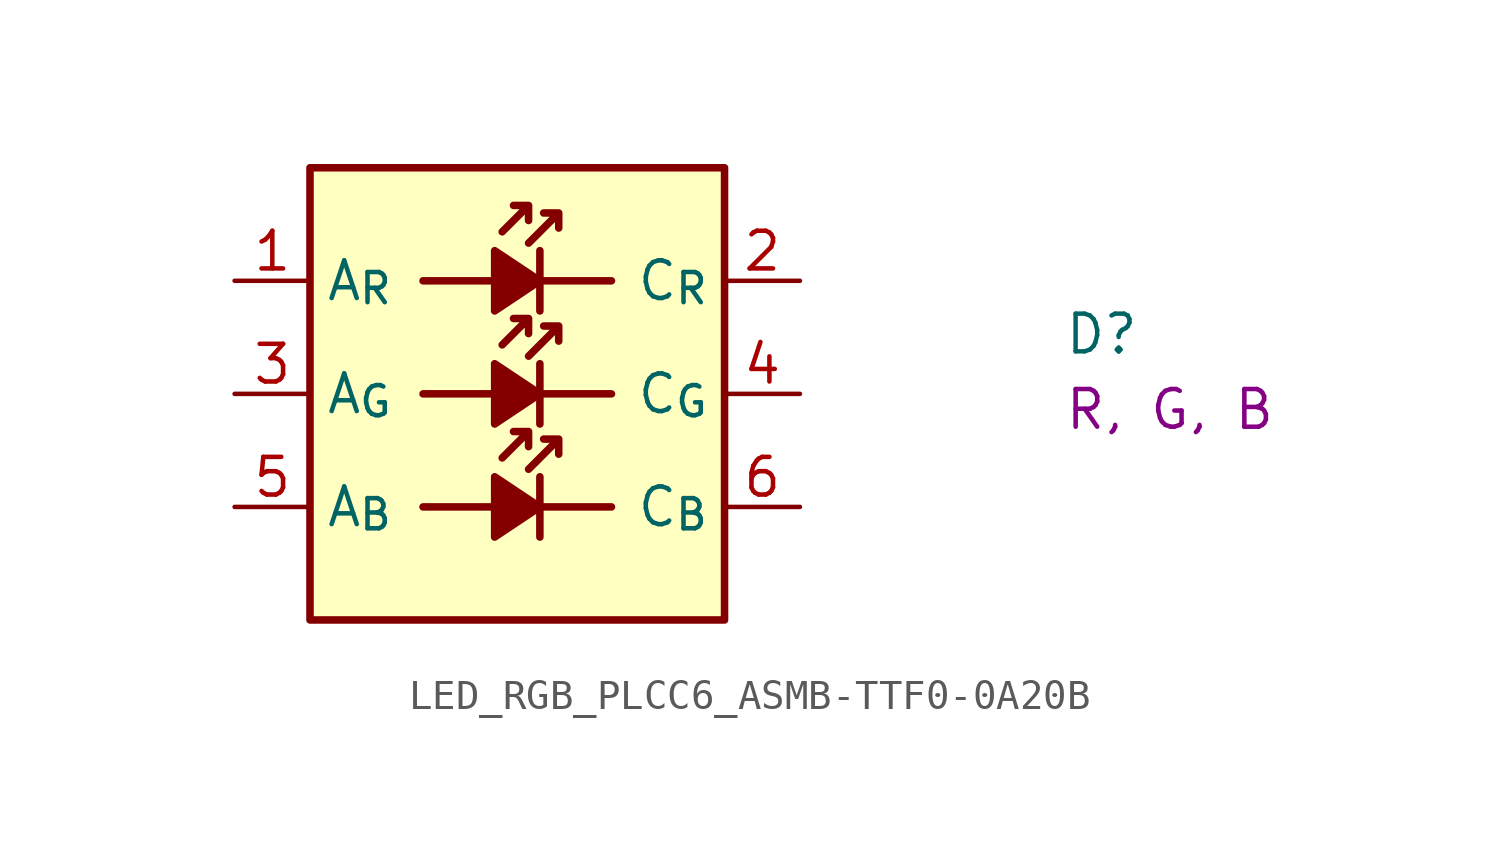
<source format=kicad_sym>
(kicad_symbol_lib
  (version 20220914)
  (generator kicad_symbol_editor)
  (symbol "LED_RGB_PLCC6_ASMB-TTF0-0A20B"
    (property "Reference" "D"
      (at 27.94 -2.54 0)
      (effects (font (size 1.27 1.27) (thickness 0.15)) (justify left bottom)))
    (property "Color" "R, G, B"
      (at 27.94 -5.08 0)
      (effects (font (size 1.27 1.27)) (justify left bottom)))
    (symbol "LED_RGB_PLCC6_ASMB-TTF0-0A20B_1_1"
      (polyline (pts (xy 8.89 -7.62) (xy 6.35 -7.62)) (stroke (width 0.254) (type default)) (fill (type none)))
      (polyline (pts (xy 8.89 -3.81) (xy 6.35 -3.81)) (stroke (width 0.254) (type default)) (fill (type none)))
      (polyline (pts (xy 8.89 0) (xy 6.35 0)) (stroke (width 0.254) (type default)) (fill (type none)))
      (polyline (pts (xy 10.287 -6.604) (xy 10.287 -8.636)) (stroke (width 0.254) (type default)) (fill (type none)))
      (polyline (pts (xy 10.287 -2.794) (xy 10.287 -4.826)) (stroke (width 0.254) (type default)) (fill (type none)))
      (polyline (pts (xy 10.287 1.016) (xy 10.287 -1.016)) (stroke (width 0.254) (type default)) (fill (type none)))
      (polyline (pts (xy 12.7 -7.62) (xy 10.16 -7.62)) (stroke (width 0.254) (type default)) (fill (type none)))
      (polyline (pts (xy 12.7 -3.81) (xy 10.16 -3.81)) (stroke (width 0.254) (type default)) (fill (type none)))
      (polyline (pts (xy 12.7 0) (xy 10.16 0)) (stroke (width 0.254) (type default)) (fill (type none)))
      (polyline (pts (xy 8.763 -6.604) (xy 8.763 -8.636) (xy 10.287 -7.62) (xy 8.763 -6.604)) (stroke (width 0.254) (type default)) (fill (type outline)))
      (polyline (pts (xy 8.763 -2.794) (xy 8.763 -4.826) (xy 10.287 -3.81) (xy 8.763 -2.794)) (stroke (width 0.254) (type default)) (fill (type outline)))
      (polyline (pts (xy 8.763 1.016) (xy 8.763 -1.016) (xy 10.287 0) (xy 8.763 1.016)) (stroke (width 0.254) (type default)) (fill (type outline)))
      (polyline (pts (xy 9.906 -5.08) (xy 9.906 -5.588) (xy 9.906 -5.08) (xy 9.398 -5.08) (xy 9.906 -5.08) (xy 9.017 -5.969)) (stroke (width 0.254) (type default)) (fill (type none)))
      (polyline (pts (xy 9.906 -1.27) (xy 9.906 -1.778) (xy 9.906 -1.27) (xy 9.398 -1.27) (xy 9.906 -1.27) (xy 9.017 -2.159)) (stroke (width 0.254) (type default)) (fill (type none)))
      (polyline (pts (xy 9.906 2.54) (xy 9.906 2.032) (xy 9.906 2.54) (xy 9.398 2.54) (xy 9.906 2.54) (xy 9.017 1.651)) (stroke (width 0.254) (type default)) (fill (type none)))
      (polyline (pts (xy 10.922 -5.334) (xy 10.922 -5.842) (xy 10.922 -5.334) (xy 10.414 -5.334) (xy 10.922 -5.334) (xy 9.906 -6.35)) (stroke (width 0.254) (type default)) (fill (type none)))
      (polyline (pts (xy 10.922 -1.524) (xy 10.922 -2.032) (xy 10.922 -1.524) (xy 10.414 -1.524) (xy 10.922 -1.524) (xy 9.906 -2.54)) (stroke (width 0.254) (type default)) (fill (type none)))
      (polyline (pts (xy 10.922 2.286) (xy 10.922 1.778) (xy 10.922 2.286) (xy 10.414 2.286) (xy 10.922 2.286) (xy 9.906 1.27)) (stroke (width 0.254) (type default)) (fill (type none)))
      (rectangle (start 2.54 -11.43) (end 16.51 3.81) (stroke (width 0.254) (type default)) (fill (type background)))
      (pin passive line (at 0 0 0) (length 2.54) (name "A_{R}" (effects (font (size 1.27 1.27)))) (number "1" (effects (font (size 1.27 1.27)))))
      (pin passive line (at 19.05 0 180) (length 2.54) (name "C_{R}" (effects (font (size 1.27 1.27)))) (number "2" (effects (font (size 1.27 1.27)))))
      (pin passive line (at 0 -3.81 0) (length 2.54) (name "A_{G}" (effects (font (size 1.27 1.27)))) (number "3" (effects (font (size 1.27 1.27)))))
      (pin passive line (at 19.05 -3.81 180) (length 2.54) (name "C_{G}" (effects (font (size 1.27 1.27)))) (number "4" (effects (font (size 1.27 1.27)))))
      (pin passive line (at 0 -7.62 0) (length 2.54) (name "A_{B}" (effects (font (size 1.27 1.27)))) (number "5" (effects (font (size 1.27 1.27)))))
      (pin passive line (at 19.05 -7.62 180) (length 2.54) (name "C_{B}" (effects (font (size 1.27 1.27)))) (number "6" (effects (font (size 1.27 1.27))))))))
</source>
